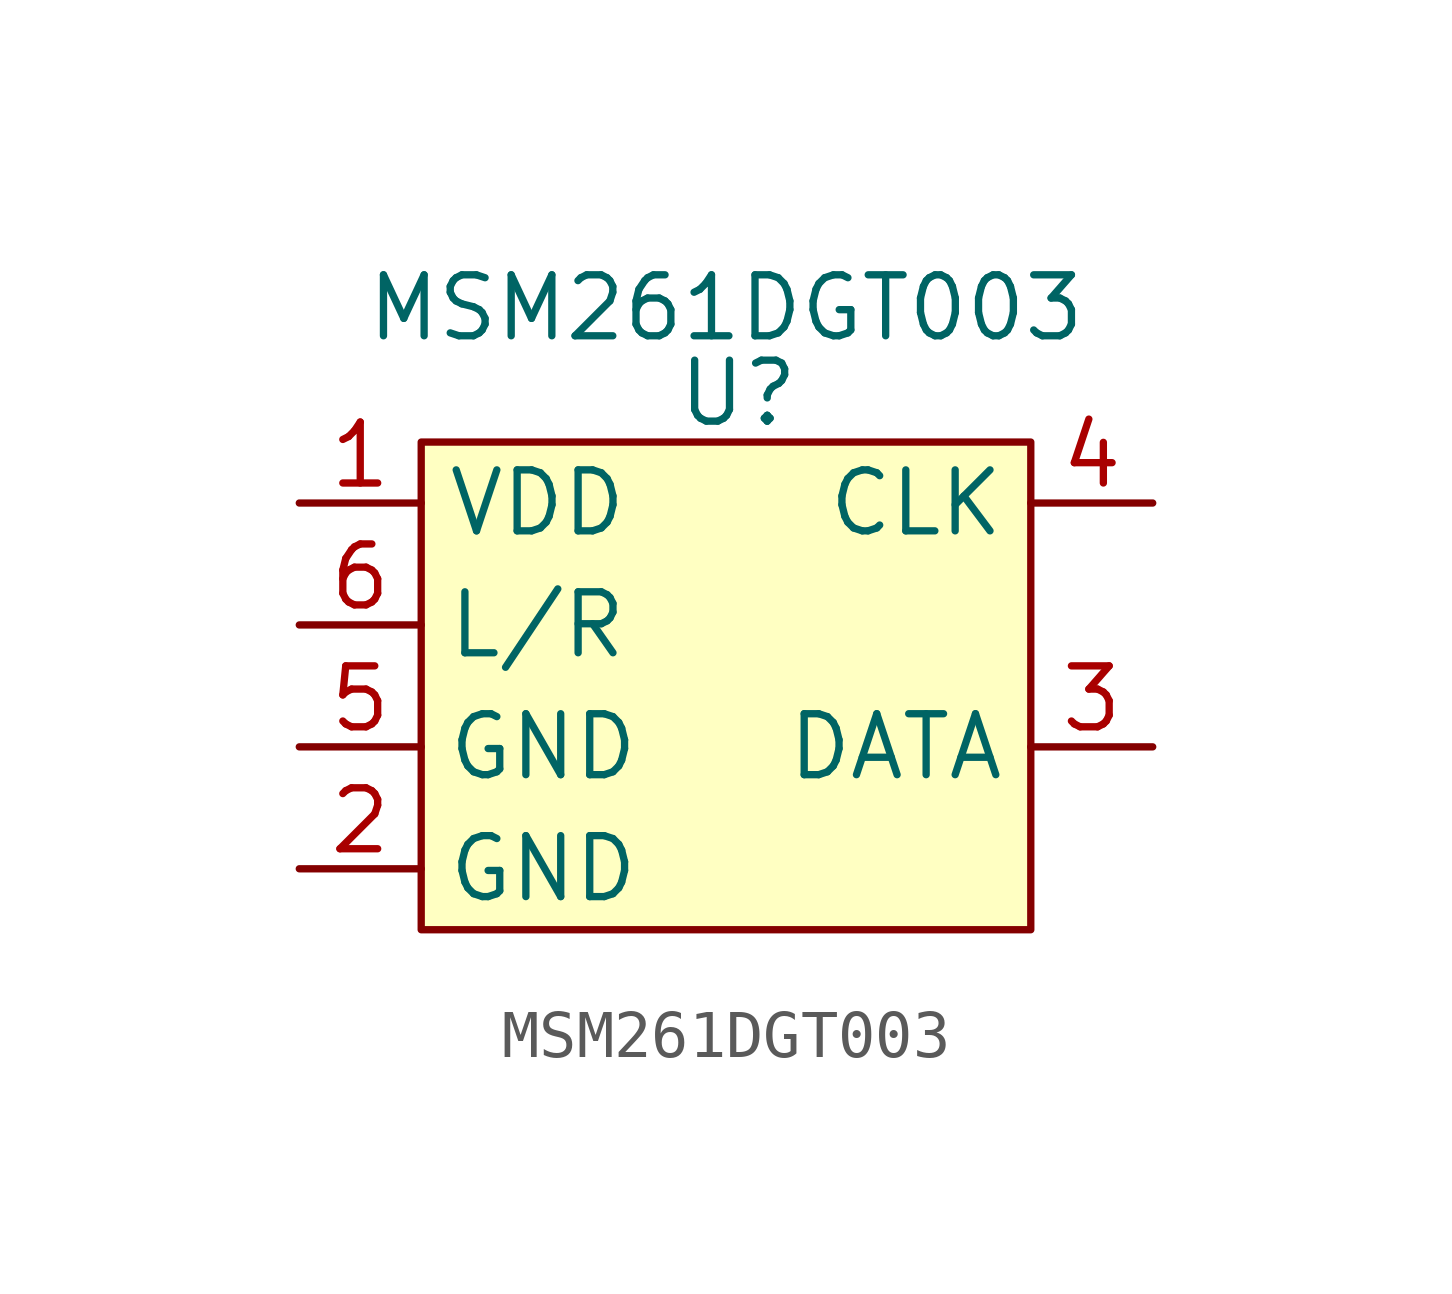
<source format=kicad_sym>
(kicad_symbol_lib
  (version 20241209)
  (generator "kicad_symbol_editor")
  (generator_version "9.0")
  (symbol "MSM261DGT003"
    (property "Reference" "U"
      (at 0.254 4.826 0)
      (effects (font (size 1.27 1.27))))
    (property "Value" "MSM261DGT003"
      (at 0 6.604 0)
      (effects (font (size 1.27 1.27))))
    (symbol "MSM261DGT003_1_1"
      (rectangle (start -6.35 3.81) (end 6.35 -6.35) (stroke (width 0) (type solid)) (fill (type background)))
      (pin input line (at -8.89 2.54 0) (length 2.54) (name "VDD" (effects (font (size 1.27 1.27)))) (number "1" (effects (font (size 1.27 1.27)))))
      (pin input line (at -8.89 0 0) (length 2.54) (name "L/R" (effects (font (size 1.27 1.27)))) (number "6" (effects (font (size 1.27 1.27)))))
      (pin input line (at -8.89 -2.54 0) (length 2.54) (name "GND" (effects (font (size 1.27 1.27)))) (number "5" (effects (font (size 1.27 1.27)))))
      (pin input line (at -8.89 -5.08 0) (length 2.54) (name "GND" (effects (font (size 1.27 1.27)))) (number "2" (effects (font (size 1.27 1.27)))))
      (pin input line (at 8.89 2.54 180) (length 2.54) (name "CLK" (effects (font (size 1.27 1.27)))) (number "4" (effects (font (size 1.27 1.27)))))
      (pin input line (at 8.89 -2.54 180) (length 2.54) (name "DATA" (effects (font (size 1.27 1.27)))) (number "3" (effects (font (size 1.27 1.27))))))))
</source>
